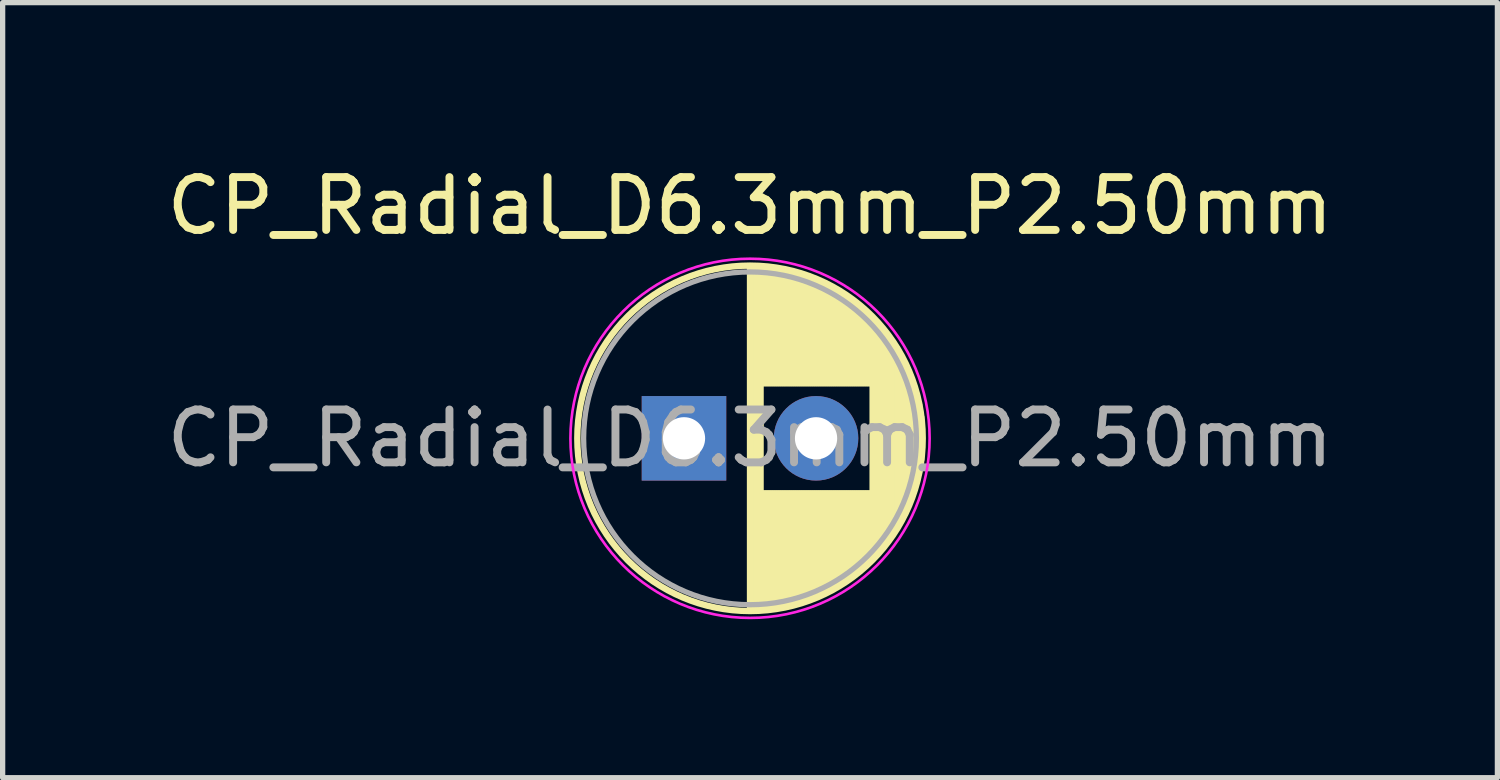
<source format=kicad_pcb>
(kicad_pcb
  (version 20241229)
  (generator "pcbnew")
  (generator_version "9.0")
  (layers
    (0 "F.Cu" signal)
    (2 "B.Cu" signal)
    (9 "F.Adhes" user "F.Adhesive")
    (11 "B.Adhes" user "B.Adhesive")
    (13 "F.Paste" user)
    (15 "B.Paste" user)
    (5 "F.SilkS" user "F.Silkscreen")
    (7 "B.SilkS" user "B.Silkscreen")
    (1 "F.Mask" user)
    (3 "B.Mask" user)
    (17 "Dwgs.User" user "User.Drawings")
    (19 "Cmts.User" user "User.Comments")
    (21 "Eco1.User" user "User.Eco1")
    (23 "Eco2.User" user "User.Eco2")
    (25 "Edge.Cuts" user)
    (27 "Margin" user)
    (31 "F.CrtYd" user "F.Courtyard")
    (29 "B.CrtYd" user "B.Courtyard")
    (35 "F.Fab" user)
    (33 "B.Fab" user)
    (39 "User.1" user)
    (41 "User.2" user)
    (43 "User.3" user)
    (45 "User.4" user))
  (footprint "CP_Radial_D6.3mm_P2.50mm"
    (layer "F.Cu")
    (at 9.899 5.248)
    (property "Reference" "CP_Radial_D6.3mm_P2.50mm" (at 1.25 -4.4 0) (layer "F.SilkS") (effects (font (size 1 1) (thickness 0.15))))
    (attr through_hole)
    (fp_line (start 1.25 -3.23) (end 1.25 3.23) (stroke (width 0.12) (type solid)) (layer "F.SilkS"))
    (fp_line (start 1.29 -3.23) (end 1.29 3.23) (stroke (width 0.12) (type solid)) (layer "F.SilkS"))
    (fp_line (start 1.33 -3.23) (end 1.33 3.23) (stroke (width 0.12) (type solid)) (layer "F.SilkS"))
    (fp_line (start 1.37 -3.228) (end 1.37 3.228) (stroke (width 0.12) (type solid)) (layer "F.SilkS"))
    (fp_line (start 1.41 -3.227) (end 1.41 3.227) (stroke (width 0.12) (type solid)) (layer "F.SilkS"))
    (fp_line (start 1.45 -3.224) (end 1.45 3.224) (stroke (width 0.12) (type solid)) (layer "F.SilkS"))
    (fp_line (start 1.49 -3.222) (end 1.49 -1.04) (stroke (width 0.12) (type solid)) (layer "F.SilkS"))
    (fp_line (start 1.49 1.04) (end 1.49 3.222) (stroke (width 0.12) (type solid)) (layer "F.SilkS"))
    (fp_line (start 1.53 -3.218) (end 1.53 -1.04) (stroke (width 0.12) (type solid)) (layer "F.SilkS"))
    (fp_line (start 1.53 1.04) (end 1.53 3.218) (stroke (width 0.12) (type solid)) (layer "F.SilkS"))
    (fp_line (start 1.57 -3.215) (end 1.57 -1.04) (stroke (width 0.12) (type solid)) (layer "F.SilkS"))
    (fp_line (start 1.57 1.04) (end 1.57 3.215) (stroke (width 0.12) (type solid)) (layer "F.SilkS"))
    (fp_line (start 1.61 -3.211) (end 1.61 -1.04) (stroke (width 0.12) (type solid)) (layer "F.SilkS"))
    (fp_line (start 1.61 1.04) (end 1.61 3.211) (stroke (width 0.12) (type solid)) (layer "F.SilkS"))
    (fp_line (start 1.65 -3.206) (end 1.65 -1.04) (stroke (width 0.12) (type solid)) (layer "F.SilkS"))
    (fp_line (start 1.65 1.04) (end 1.65 3.206) (stroke (width 0.12) (type solid)) (layer "F.SilkS"))
    (fp_line (start 1.69 -3.201) (end 1.69 -1.04) (stroke (width 0.12) (type solid)) (layer "F.SilkS"))
    (fp_line (start 1.69 1.04) (end 1.69 3.201) (stroke (width 0.12) (type solid)) (layer "F.SilkS"))
    (fp_line (start 1.73 -3.195) (end 1.73 -1.04) (stroke (width 0.12) (type solid)) (layer "F.SilkS"))
    (fp_line (start 1.73 1.04) (end 1.73 3.195) (stroke (width 0.12) (type solid)) (layer "F.SilkS"))
    (fp_line (start 1.77 -3.189) (end 1.77 -1.04) (stroke (width 0.12) (type solid)) (layer "F.SilkS"))
    (fp_line (start 1.77 1.04) (end 1.77 3.189) (stroke (width 0.12) (type solid)) (layer "F.SilkS"))
    (fp_line (start 1.81 -3.182) (end 1.81 -1.04) (stroke (width 0.12) (type solid)) (layer "F.SilkS"))
    (fp_line (start 1.81 1.04) (end 1.81 3.182) (stroke (width 0.12) (type solid)) (layer "F.SilkS"))
    (fp_line (start 1.85 -3.175) (end 1.85 -1.04) (stroke (width 0.12) (type solid)) (layer "F.SilkS"))
    (fp_line (start 1.85 1.04) (end 1.85 3.175) (stroke (width 0.12) (type solid)) (layer "F.SilkS"))
    (fp_line (start 1.89 -3.167) (end 1.89 -1.04) (stroke (width 0.12) (type solid)) (layer "F.SilkS"))
    (fp_line (start 1.89 1.04) (end 1.89 3.167) (stroke (width 0.12) (type solid)) (layer "F.SilkS"))
    (fp_line (start 1.93 -3.159) (end 1.93 -1.04) (stroke (width 0.12) (type solid)) (layer "F.SilkS"))
    (fp_line (start 1.93 1.04) (end 1.93 3.159) (stroke (width 0.12) (type solid)) (layer "F.SilkS"))
    (fp_line (start 1.971 -3.15) (end 1.971 -1.04) (stroke (width 0.12) (type solid)) (layer "F.SilkS"))
    (fp_line (start 1.971 1.04) (end 1.971 3.15) (stroke (width 0.12) (type solid)) (layer "F.SilkS"))
    (fp_line (start 2.011 -3.141) (end 2.011 -1.04) (stroke (width 0.12) (type solid)) (layer "F.SilkS"))
    (fp_line (start 2.011 1.04) (end 2.011 3.141) (stroke (width 0.12) (type solid)) (layer "F.SilkS"))
    (fp_line (start 2.051 -3.131) (end 2.051 -1.04) (stroke (width 0.12) (type solid)) (layer "F.SilkS"))
    (fp_line (start 2.051 1.04) (end 2.051 3.131) (stroke (width 0.12) (type solid)) (layer "F.SilkS"))
    (fp_line (start 2.091 -3.121) (end 2.091 -1.04) (stroke (width 0.12) (type solid)) (layer "F.SilkS"))
    (fp_line (start 2.091 1.04) (end 2.091 3.121) (stroke (width 0.12) (type solid)) (layer "F.SilkS"))
    (fp_line (start 2.131 -3.11) (end 2.131 -1.04) (stroke (width 0.12) (type solid)) (layer "F.SilkS"))
    (fp_line (start 2.131 1.04) (end 2.131 3.11) (stroke (width 0.12) (type solid)) (layer "F.SilkS"))
    (fp_line (start 2.171 -3.098) (end 2.171 -1.04) (stroke (width 0.12) (type solid)) (layer "F.SilkS"))
    (fp_line (start 2.171 1.04) (end 2.171 3.098) (stroke (width 0.12) (type solid)) (layer "F.SilkS"))
    (fp_line (start 2.211 -3.086) (end 2.211 -1.04) (stroke (width 0.12) (type solid)) (layer "F.SilkS"))
    (fp_line (start 2.211 1.04) (end 2.211 3.086) (stroke (width 0.12) (type solid)) (layer "F.SilkS"))
    (fp_line (start 2.251 -3.074) (end 2.251 -1.04) (stroke (width 0.12) (type solid)) (layer "F.SilkS"))
    (fp_line (start 2.251 1.04) (end 2.251 3.074) (stroke (width 0.12) (type solid)) (layer "F.SilkS"))
    (fp_line (start 2.291 -3.061) (end 2.291 -1.04) (stroke (width 0.12) (type solid)) (layer "F.SilkS"))
    (fp_line (start 2.291 1.04) (end 2.291 3.061) (stroke (width 0.12) (type solid)) (layer "F.SilkS"))
    (fp_line (start 2.331 -3.047) (end 2.331 -1.04) (stroke (width 0.12) (type solid)) (layer "F.SilkS"))
    (fp_line (start 2.331 1.04) (end 2.331 3.047) (stroke (width 0.12) (type solid)) (layer "F.SilkS"))
    (fp_line (start 2.371 -3.033) (end 2.371 -1.04) (stroke (width 0.12) (type solid)) (layer "F.SilkS"))
    (fp_line (start 2.371 1.04) (end 2.371 3.033) (stroke (width 0.12) (type solid)) (layer "F.SilkS"))
    (fp_line (start 2.411 -3.018) (end 2.411 -1.04) (stroke (width 0.12) (type solid)) (layer "F.SilkS"))
    (fp_line (start 2.411 1.04) (end 2.411 3.018) (stroke (width 0.12) (type solid)) (layer "F.SilkS"))
    (fp_line (start 2.451 -3.002) (end 2.451 -1.04) (stroke (width 0.12) (type solid)) (layer "F.SilkS"))
    (fp_line (start 2.451 1.04) (end 2.451 3.002) (stroke (width 0.12) (type solid)) (layer "F.SilkS"))
    (fp_line (start 2.491 -2.986) (end 2.491 -1.04) (stroke (width 0.12) (type solid)) (layer "F.SilkS"))
    (fp_line (start 2.491 1.04) (end 2.491 2.986) (stroke (width 0.12) (type solid)) (layer "F.SilkS"))
    (fp_line (start 2.531 -2.97) (end 2.531 -1.04) (stroke (width 0.12) (type solid)) (layer "F.SilkS"))
    (fp_line (start 2.531 1.04) (end 2.531 2.97) (stroke (width 0.12) (type solid)) (layer "F.SilkS"))
    (fp_line (start 2.571 -2.952) (end 2.571 -1.04) (stroke (width 0.12) (type solid)) (layer "F.SilkS"))
    (fp_line (start 2.571 1.04) (end 2.571 2.952) (stroke (width 0.12) (type solid)) (layer "F.SilkS"))
    (fp_line (start 2.611 -2.934) (end 2.611 -1.04) (stroke (width 0.12) (type solid)) (layer "F.SilkS"))
    (fp_line (start 2.611 1.04) (end 2.611 2.934) (stroke (width 0.12) (type solid)) (layer "F.SilkS"))
    (fp_line (start 2.651 -2.916) (end 2.651 -1.04) (stroke (width 0.12) (type solid)) (layer "F.SilkS"))
    (fp_line (start 2.651 1.04) (end 2.651 2.916) (stroke (width 0.12) (type solid)) (layer "F.SilkS"))
    (fp_line (start 2.691 -2.896) (end 2.691 -1.04) (stroke (width 0.12) (type solid)) (layer "F.SilkS"))
    (fp_line (start 2.691 1.04) (end 2.691 2.896) (stroke (width 0.12) (type solid)) (layer "F.SilkS"))
    (fp_line (start 2.731 -2.876) (end 2.731 -1.04) (stroke (width 0.12) (type solid)) (layer "F.SilkS"))
    (fp_line (start 2.731 1.04) (end 2.731 2.876) (stroke (width 0.12) (type solid)) (layer "F.SilkS"))
    (fp_line (start 2.771 -2.856) (end 2.771 -1.04) (stroke (width 0.12) (type solid)) (layer "F.SilkS"))
    (fp_line (start 2.771 1.04) (end 2.771 2.856) (stroke (width 0.12) (type solid)) (layer "F.SilkS"))
    (fp_line (start 2.811 -2.834) (end 2.811 -1.04) (stroke (width 0.12) (type solid)) (layer "F.SilkS"))
    (fp_line (start 2.811 1.04) (end 2.811 2.834) (stroke (width 0.12) (type solid)) (layer "F.SilkS"))
    (fp_line (start 2.851 -2.812) (end 2.851 -1.04) (stroke (width 0.12) (type solid)) (layer "F.SilkS"))
    (fp_line (start 2.851 1.04) (end 2.851 2.812) (stroke (width 0.12) (type solid)) (layer "F.SilkS"))
    (fp_line (start 2.891 -2.79) (end 2.891 -1.04) (stroke (width 0.12) (type solid)) (layer "F.SilkS"))
    (fp_line (start 2.891 1.04) (end 2.891 2.79) (stroke (width 0.12) (type solid)) (layer "F.SilkS"))
    (fp_line (start 2.931 -2.766) (end 2.931 -1.04) (stroke (width 0.12) (type solid)) (layer "F.SilkS"))
    (fp_line (start 2.931 1.04) (end 2.931 2.766) (stroke (width 0.12) (type solid)) (layer "F.SilkS"))
    (fp_line (start 2.971 -2.742) (end 2.971 -1.04) (stroke (width 0.12) (type solid)) (layer "F.SilkS"))
    (fp_line (start 2.971 1.04) (end 2.971 2.742) (stroke (width 0.12) (type solid)) (layer "F.SilkS"))
    (fp_line (start 3.011 -2.716) (end 3.011 -1.04) (stroke (width 0.12) (type solid)) (layer "F.SilkS"))
    (fp_line (start 3.011 1.04) (end 3.011 2.716) (stroke (width 0.12) (type solid)) (layer "F.SilkS"))
    (fp_line (start 3.051 -2.69) (end 3.051 -1.04) (stroke (width 0.12) (type solid)) (layer "F.SilkS"))
    (fp_line (start 3.051 1.04) (end 3.051 2.69) (stroke (width 0.12) (type solid)) (layer "F.SilkS"))
    (fp_line (start 3.091 -2.664) (end 3.091 -1.04) (stroke (width 0.12) (type solid)) (layer "F.SilkS"))
    (fp_line (start 3.091 1.04) (end 3.091 2.664) (stroke (width 0.12) (type solid)) (layer "F.SilkS"))
    (fp_line (start 3.131 -2.636) (end 3.131 -1.04) (stroke (width 0.12) (type solid)) (layer "F.SilkS"))
    (fp_line (start 3.131 1.04) (end 3.131 2.636) (stroke (width 0.12) (type solid)) (layer "F.SilkS"))
    (fp_line (start 3.171 -2.607) (end 3.171 -1.04) (stroke (width 0.12) (type solid)) (layer "F.SilkS"))
    (fp_line (start 3.171 1.04) (end 3.171 2.607) (stroke (width 0.12) (type solid)) (layer "F.SilkS"))
    (fp_line (start 3.211 -2.578) (end 3.211 -1.04) (stroke (width 0.12) (type solid)) (layer "F.SilkS"))
    (fp_line (start 3.211 1.04) (end 3.211 2.578) (stroke (width 0.12) (type solid)) (layer "F.SilkS"))
    (fp_line (start 3.251 -2.548) (end 3.251 -1.04) (stroke (width 0.12) (type solid)) (layer "F.SilkS"))
    (fp_line (start 3.251 1.04) (end 3.251 2.548) (stroke (width 0.12) (type solid)) (layer "F.SilkS"))
    (fp_line (start 3.291 -2.516) (end 3.291 -1.04) (stroke (width 0.12) (type solid)) (layer "F.SilkS"))
    (fp_line (start 3.291 1.04) (end 3.291 2.516) (stroke (width 0.12) (type solid)) (layer "F.SilkS"))
    (fp_line (start 3.331 -2.484) (end 3.331 -1.04) (stroke (width 0.12) (type solid)) (layer "F.SilkS"))
    (fp_line (start 3.331 1.04) (end 3.331 2.484) (stroke (width 0.12) (type solid)) (layer "F.SilkS"))
    (fp_line (start 3.371 -2.45) (end 3.371 -1.04) (stroke (width 0.12) (type solid)) (layer "F.SilkS"))
    (fp_line (start 3.371 1.04) (end 3.371 2.45) (stroke (width 0.12) (type solid)) (layer "F.SilkS"))
    (fp_line (start 3.411 -2.416) (end 3.411 -1.04) (stroke (width 0.12) (type solid)) (layer "F.SilkS"))
    (fp_line (start 3.411 1.04) (end 3.411 2.416) (stroke (width 0.12) (type solid)) (layer "F.SilkS"))
    (fp_line (start 3.451 -2.38) (end 3.451 -1.04) (stroke (width 0.12) (type solid)) (layer "F.SilkS"))
    (fp_line (start 3.451 1.04) (end 3.451 2.38) (stroke (width 0.12) (type solid)) (layer "F.SilkS"))
    (fp_line (start 3.491 -2.343) (end 3.491 -1.04) (stroke (width 0.12) (type solid)) (layer "F.SilkS"))
    (fp_line (start 3.491 1.04) (end 3.491 2.343) (stroke (width 0.12) (type solid)) (layer "F.SilkS"))
    (fp_line (start 3.531 -2.305) (end 3.531 -1.04) (stroke (width 0.12) (type solid)) (layer "F.SilkS"))
    (fp_line (start 3.531 1.04) (end 3.531 2.305) (stroke (width 0.12) (type solid)) (layer "F.SilkS"))
    (fp_line (start 3.571 -2.265) (end 3.571 2.265) (stroke (width 0.12) (type solid)) (layer "F.SilkS"))
    (fp_line (start 3.611 -2.224) (end 3.611 2.224) (stroke (width 0.12) (type solid)) (layer "F.SilkS"))
    (fp_line (start 3.651 -2.182) (end 3.651 2.182) (stroke (width 0.12) (type solid)) (layer "F.SilkS"))
    (fp_line (start 3.691 -2.137) (end 3.691 2.137) (stroke (width 0.12) (type solid)) (layer "F.SilkS"))
    (fp_line (start 3.731 -2.092) (end 3.731 2.092) (stroke (width 0.12) (type solid)) (layer "F.SilkS"))
    (fp_line (start 3.771 -2.044) (end 3.771 2.044) (stroke (width 0.12) (type solid)) (layer "F.SilkS"))
    (fp_line (start 3.811 -1.995) (end 3.811 1.995) (stroke (width 0.12) (type solid)) (layer "F.SilkS"))
    (fp_line (start 3.851 -1.944) (end 3.851 1.944) (stroke (width 0.12) (type solid)) (layer "F.SilkS"))
    (fp_line (start 3.891 -1.89) (end 3.891 1.89) (stroke (width 0.12) (type solid)) (layer "F.SilkS"))
    (fp_line (start 3.931 -1.834) (end 3.931 1.834) (stroke (width 0.12) (type solid)) (layer "F.SilkS"))
    (fp_line (start 3.971 -1.776) (end 3.971 1.776) (stroke (width 0.12) (type solid)) (layer "F.SilkS"))
    (fp_line (start 4.011 -1.714) (end 4.011 1.714) (stroke (width 0.12) (type solid)) (layer "F.SilkS"))
    (fp_line (start 4.051 -1.65) (end 4.051 1.65) (stroke (width 0.12) (type solid)) (layer "F.SilkS"))
    (fp_line (start 4.091 -1.581) (end 4.091 1.581) (stroke (width 0.12) (type solid)) (layer "F.SilkS"))
    (fp_line (start 4.131 -1.509) (end 4.131 1.509) (stroke (width 0.12) (type solid)) (layer "F.SilkS"))
    (fp_line (start 4.171 -1.432) (end 4.171 1.432) (stroke (width 0.12) (type solid)) (layer "F.SilkS"))
    (fp_line (start 4.211 -1.35) (end 4.211 1.35) (stroke (width 0.12) (type solid)) (layer "F.SilkS"))
    (fp_line (start 4.251 -1.262) (end 4.251 1.262) (stroke (width 0.12) (type solid)) (layer "F.SilkS"))
    (fp_line (start 4.291 -1.165) (end 4.291 1.165) (stroke (width 0.12) (type solid)) (layer "F.SilkS"))
    (fp_line (start 4.331 -1.059) (end 4.331 1.059) (stroke (width 0.12) (type solid)) (layer "F.SilkS"))
    (fp_line (start 4.371 -0.94) (end 4.371 0.94) (stroke (width 0.12) (type solid)) (layer "F.SilkS"))
    (fp_line (start 4.411 -0.802) (end 4.411 0.802) (stroke (width 0.12) (type solid)) (layer "F.SilkS"))
    (fp_line (start 4.451 -0.633) (end 4.451 0.633) (stroke (width 0.12) (type solid)) (layer "F.SilkS"))
    (fp_line (start 4.491 -0.402) (end 4.491 0.402) (stroke (width 0.12) (type solid)) (layer "F.SilkS"))
    (fp_circle (center 1.25 0) (end 4.52 0) (stroke (width 0.12) (type solid)) (fill no) (layer "F.SilkS"))
    (fp_circle (center 1.25 0) (end 4.65 0) (stroke (width 0.05) (type solid)) (fill no) (layer "F.CrtYd"))
    (fp_circle (center 1.25 0) (end 4.4 0) (stroke (width 0.1) (type solid)) (fill no) (layer "F.Fab"))
    (fp_text user "${REFERENCE}" (at 1.25 0 0) (layer "F.Fab") (effects (font (size 1 1) (thickness 0.15))))
    (pad "1" thru_hole rect (at 0 0) (size 1.6 1.6) (drill 0.8) (layers "*.Cu" "*.Mask"))
    (pad "2" thru_hole circle (at 2.5 0) (size 1.6 1.6) (drill 0.8) (layers "*.Cu" "*.Mask")))
  (gr_rect
    (start -3 -3)
    (end 25.298 11.673)
    (stroke (width 0.1) (type default))
    (fill no)
    (layer "Edge.Cuts")))
</source>
